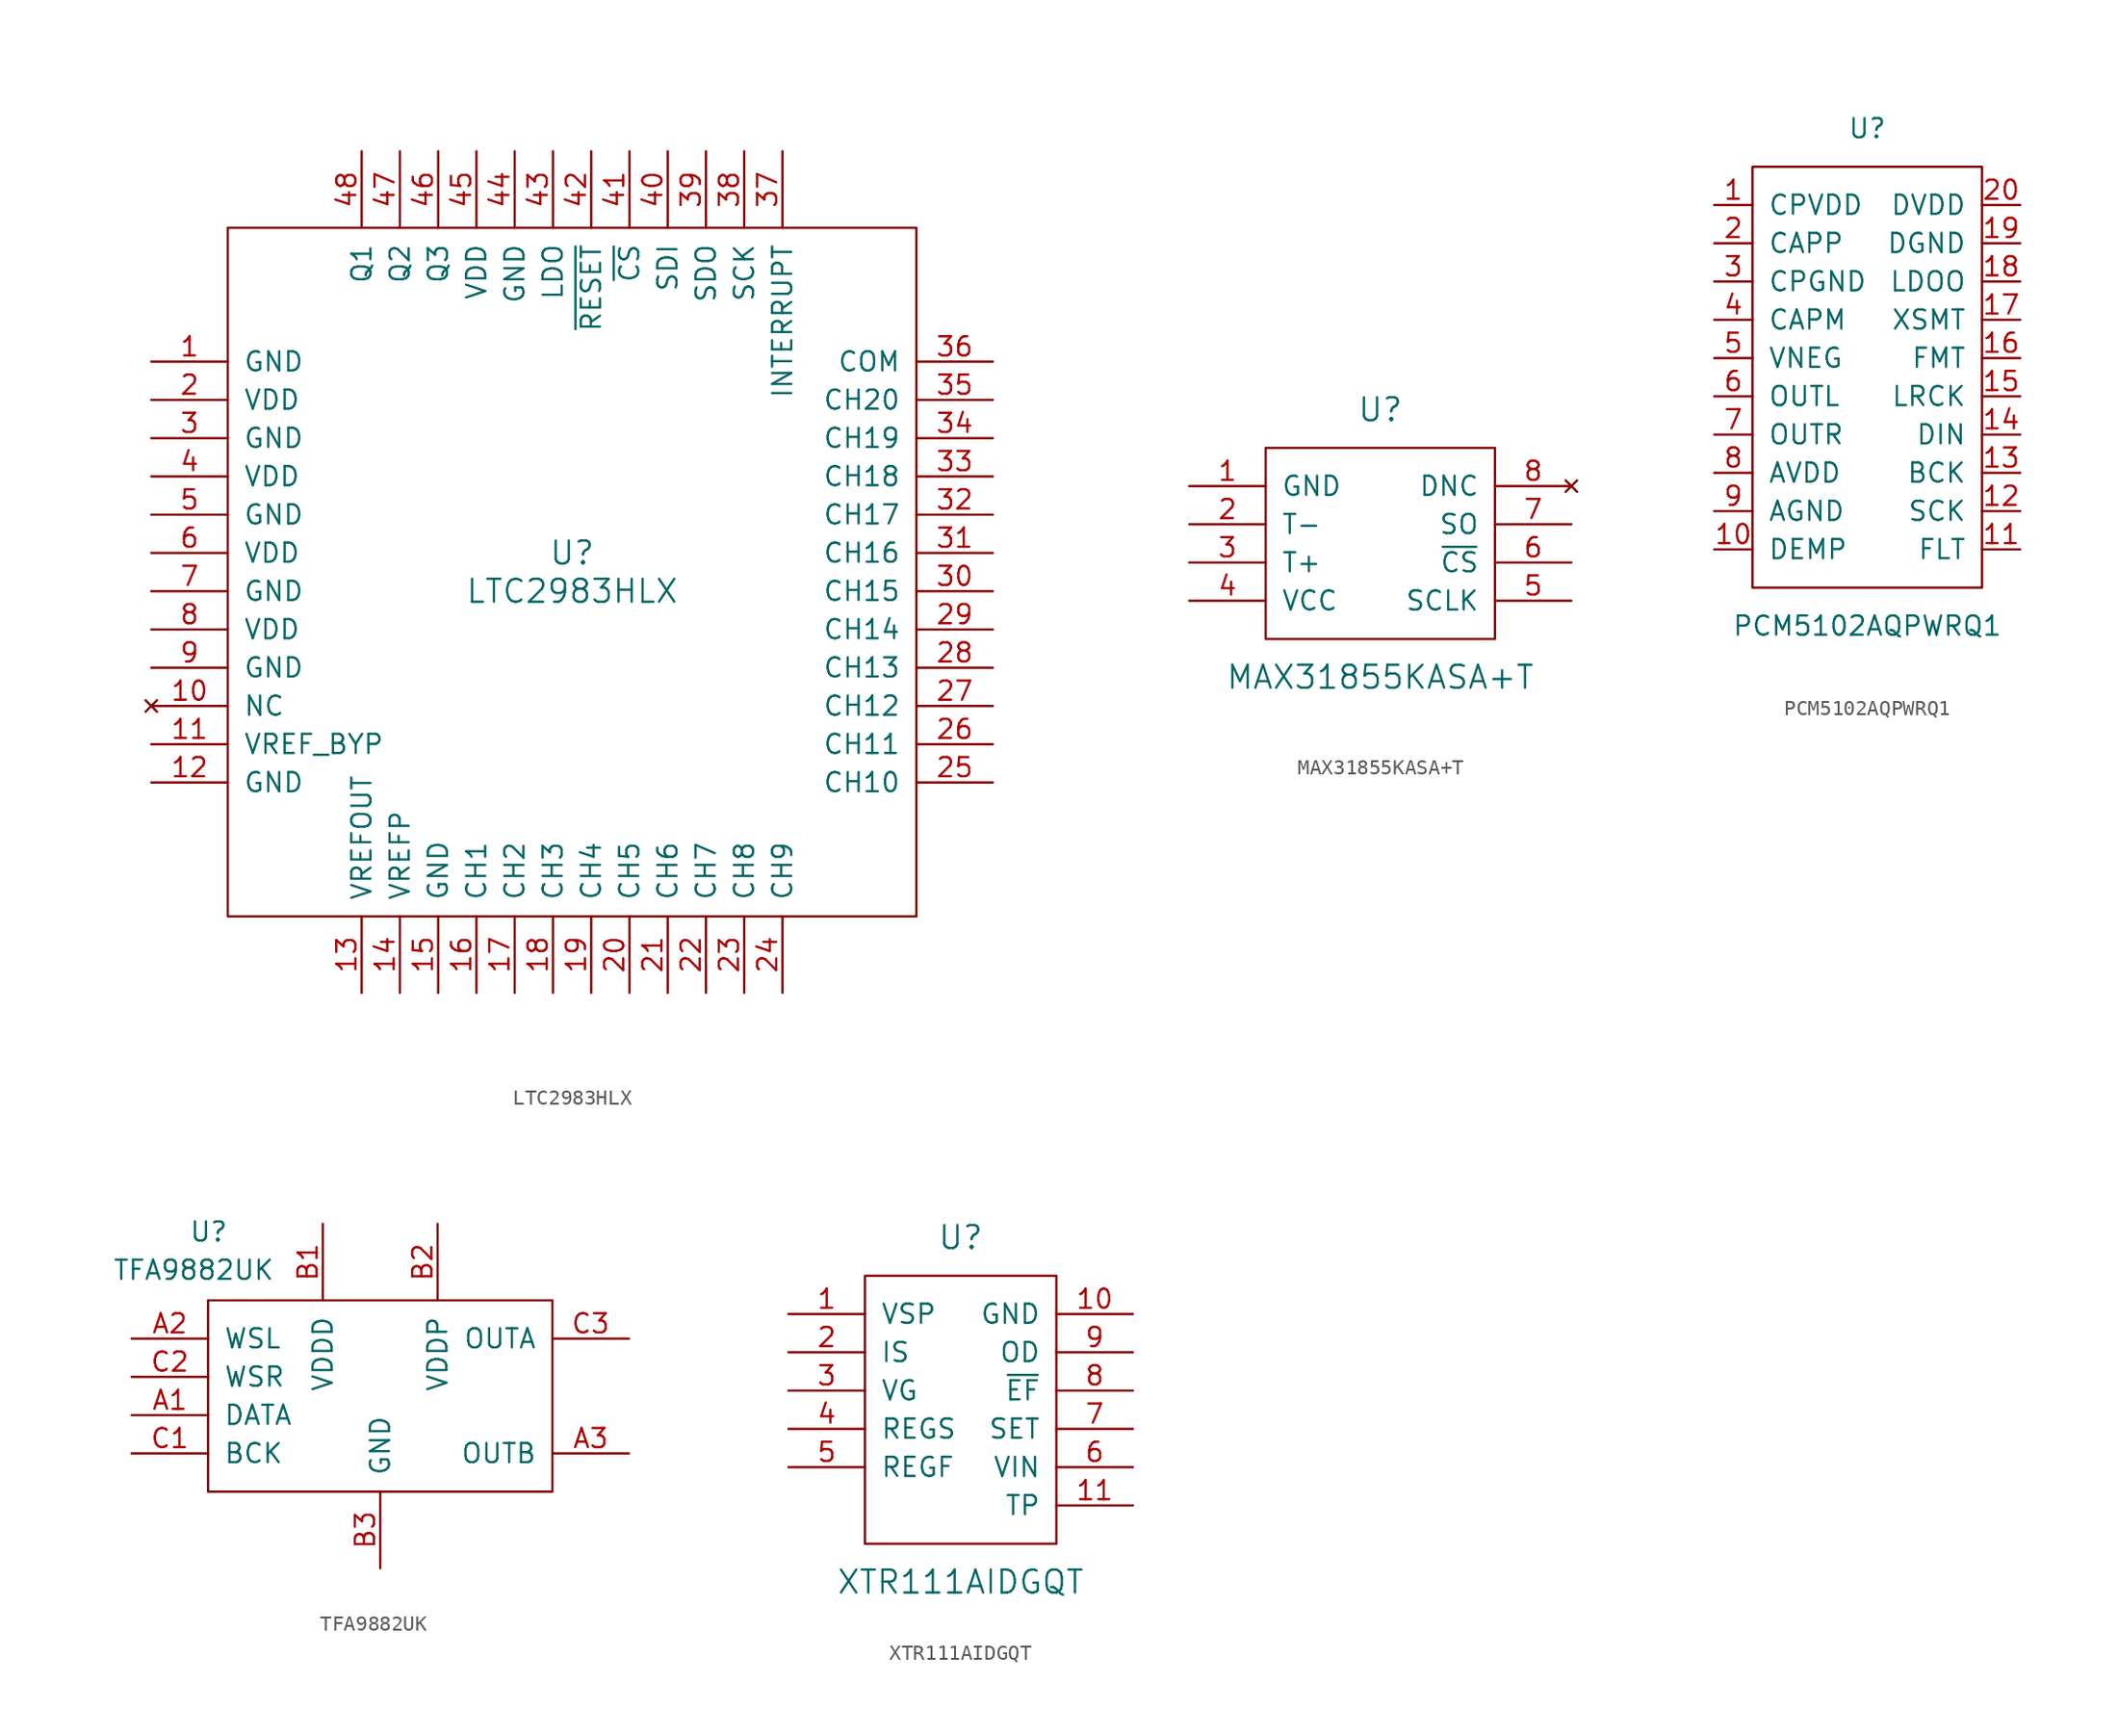
<source format=kicad_sym>
(kicad_symbol_lib
  (version 20201005)
  (generator kicad_symbol_editor)
  (symbol "LTC2983HLX"
    (pin_names
      (offset 1.016))
    (property "Reference" "U"
      (at 0 1.27 0)
      (effects (font (size 1.524 1.524))))
    (property "Value" "LTC2983HLX"
      (at 0 -1.27 0)
      (effects (font (size 1.524 1.524))))
    (symbol "LTC2983HLX_0_1"
      (rectangle (start -22.86 22.86) (end 22.86 -22.86) (stroke (width 0)) (fill (type none))))
    (symbol "LTC2983HLX_1_1"
      (pin power_in line (at -27.94 13.97 0) (length 5.08) (name "GND" (effects (font (size 1.27 1.27)))) (number "1" (effects (font (size 1.27 1.27)))))
      (pin unconnected line (at -27.94 -8.89 0) (length 5.08) (name "NC" (effects (font (size 1.27 1.27)))) (number "10" (effects (font (size 1.27 1.27)))))
      (pin power_out line (at -27.94 -11.43 0) (length 5.08) (name "VREF_BYP" (effects (font (size 1.27 1.27)))) (number "11" (effects (font (size 1.27 1.27)))))
      (pin power_in line (at -27.94 -13.97 0) (length 5.08) (name "GND" (effects (font (size 1.27 1.27)))) (number "12" (effects (font (size 1.27 1.27)))))
      (pin output line (at -13.97 -27.94 90) (length 5.08) (name "VREFOUT" (effects (font (size 1.27 1.27)))) (number "13" (effects (font (size 1.27 1.27)))))
      (pin output line (at -11.43 -27.94 90) (length 5.08) (name "VREFP" (effects (font (size 1.27 1.27)))) (number "14" (effects (font (size 1.27 1.27)))))
      (pin power_in line (at -8.89 -27.94 90) (length 5.08) (name "GND" (effects (font (size 1.27 1.27)))) (number "15" (effects (font (size 1.27 1.27)))))
      (pin input line (at -6.35 -27.94 90) (length 5.08) (name "CH1" (effects (font (size 1.27 1.27)))) (number "16" (effects (font (size 1.27 1.27)))))
      (pin input line (at -3.81 -27.94 90) (length 5.08) (name "CH2" (effects (font (size 1.27 1.27)))) (number "17" (effects (font (size 1.27 1.27)))))
      (pin input line (at -1.27 -27.94 90) (length 5.08) (name "CH3" (effects (font (size 1.27 1.27)))) (number "18" (effects (font (size 1.27 1.27)))))
      (pin input line (at 1.27 -27.94 90) (length 5.08) (name "CH4" (effects (font (size 1.27 1.27)))) (number "19" (effects (font (size 1.27 1.27)))))
      (pin power_in line (at -27.94 11.43 0) (length 5.08) (name "VDD" (effects (font (size 1.27 1.27)))) (number "2" (effects (font (size 1.27 1.27)))))
      (pin input line (at 3.81 -27.94 90) (length 5.08) (name "CH5" (effects (font (size 1.27 1.27)))) (number "20" (effects (font (size 1.27 1.27)))))
      (pin input line (at 6.35 -27.94 90) (length 5.08) (name "CH6" (effects (font (size 1.27 1.27)))) (number "21" (effects (font (size 1.27 1.27)))))
      (pin input line (at 8.89 -27.94 90) (length 5.08) (name "CH7" (effects (font (size 1.27 1.27)))) (number "22" (effects (font (size 1.27 1.27)))))
      (pin input line (at 11.43 -27.94 90) (length 5.08) (name "CH8" (effects (font (size 1.27 1.27)))) (number "23" (effects (font (size 1.27 1.27)))))
      (pin input line (at 13.97 -27.94 90) (length 5.08) (name "CH9" (effects (font (size 1.27 1.27)))) (number "24" (effects (font (size 1.27 1.27)))))
      (pin input line (at 27.94 -13.97 180) (length 5.08) (name "CH10" (effects (font (size 1.27 1.27)))) (number "25" (effects (font (size 1.27 1.27)))))
      (pin input line (at 27.94 -11.43 180) (length 5.08) (name "CH11" (effects (font (size 1.27 1.27)))) (number "26" (effects (font (size 1.27 1.27)))))
      (pin input line (at 27.94 -8.89 180) (length 5.08) (name "CH12" (effects (font (size 1.27 1.27)))) (number "27" (effects (font (size 1.27 1.27)))))
      (pin input line (at 27.94 -6.35 180) (length 5.08) (name "CH13" (effects (font (size 1.27 1.27)))) (number "28" (effects (font (size 1.27 1.27)))))
      (pin input line (at 27.94 -3.81 180) (length 5.08) (name "CH14" (effects (font (size 1.27 1.27)))) (number "29" (effects (font (size 1.27 1.27)))))
      (pin power_in line (at -27.94 8.89 0) (length 5.08) (name "GND" (effects (font (size 1.27 1.27)))) (number "3" (effects (font (size 1.27 1.27)))))
      (pin input line (at 27.94 -1.27 180) (length 5.08) (name "CH15" (effects (font (size 1.27 1.27)))) (number "30" (effects (font (size 1.27 1.27)))))
      (pin input line (at 27.94 1.27 180) (length 5.08) (name "CH16" (effects (font (size 1.27 1.27)))) (number "31" (effects (font (size 1.27 1.27)))))
      (pin input line (at 27.94 3.81 180) (length 5.08) (name "CH17" (effects (font (size 1.27 1.27)))) (number "32" (effects (font (size 1.27 1.27)))))
      (pin input line (at 27.94 6.35 180) (length 5.08) (name "CH18" (effects (font (size 1.27 1.27)))) (number "33" (effects (font (size 1.27 1.27)))))
      (pin input line (at 27.94 8.89 180) (length 5.08) (name "CH19" (effects (font (size 1.27 1.27)))) (number "34" (effects (font (size 1.27 1.27)))))
      (pin input line (at 27.94 11.43 180) (length 5.08) (name "CH20" (effects (font (size 1.27 1.27)))) (number "35" (effects (font (size 1.27 1.27)))))
      (pin input line (at 27.94 13.97 180) (length 5.08) (name "COM" (effects (font (size 1.27 1.27)))) (number "36" (effects (font (size 1.27 1.27)))))
      (pin output line (at 13.97 27.94 270) (length 5.08) (name "INTERRUPT" (effects (font (size 1.27 1.27)))) (number "37" (effects (font (size 1.27 1.27)))))
      (pin input line (at 11.43 27.94 270) (length 5.08) (name "SCK" (effects (font (size 1.27 1.27)))) (number "38" (effects (font (size 1.27 1.27)))))
      (pin output line (at 8.89 27.94 270) (length 5.08) (name "SDO" (effects (font (size 1.27 1.27)))) (number "39" (effects (font (size 1.27 1.27)))))
      (pin power_in line (at -27.94 6.35 0) (length 5.08) (name "VDD" (effects (font (size 1.27 1.27)))) (number "4" (effects (font (size 1.27 1.27)))))
      (pin input line (at 6.35 27.94 270) (length 5.08) (name "SDI" (effects (font (size 1.27 1.27)))) (number "40" (effects (font (size 1.27 1.27)))))
      (pin input line (at 3.81 27.94 270) (length 5.08) (name "~CS" (effects (font (size 1.27 1.27)))) (number "41" (effects (font (size 1.27 1.27)))))
      (pin input line (at 1.27 27.94 270) (length 5.08) (name "~RESET" (effects (font (size 1.27 1.27)))) (number "42" (effects (font (size 1.27 1.27)))))
      (pin output line (at -1.27 27.94 270) (length 5.08) (name "LDO" (effects (font (size 1.27 1.27)))) (number "43" (effects (font (size 1.27 1.27)))))
      (pin power_in line (at -3.81 27.94 270) (length 5.08) (name "GND" (effects (font (size 1.27 1.27)))) (number "44" (effects (font (size 1.27 1.27)))))
      (pin power_in line (at -6.35 27.94 270) (length 5.08) (name "VDD" (effects (font (size 1.27 1.27)))) (number "45" (effects (font (size 1.27 1.27)))))
      (pin output line (at -8.89 27.94 270) (length 5.08) (name "Q3" (effects (font (size 1.27 1.27)))) (number "46" (effects (font (size 1.27 1.27)))))
      (pin output line (at -11.43 27.94 270) (length 5.08) (name "Q2" (effects (font (size 1.27 1.27)))) (number "47" (effects (font (size 1.27 1.27)))))
      (pin output line (at -13.97 27.94 270) (length 5.08) (name "Q1" (effects (font (size 1.27 1.27)))) (number "48" (effects (font (size 1.27 1.27)))))
      (pin power_in line (at -27.94 3.81 0) (length 5.08) (name "GND" (effects (font (size 1.27 1.27)))) (number "5" (effects (font (size 1.27 1.27)))))
      (pin power_in line (at -27.94 1.27 0) (length 5.08) (name "VDD" (effects (font (size 1.27 1.27)))) (number "6" (effects (font (size 1.27 1.27)))))
      (pin power_in line (at -27.94 -1.27 0) (length 5.08) (name "GND" (effects (font (size 1.27 1.27)))) (number "7" (effects (font (size 1.27 1.27)))))
      (pin power_in line (at -27.94 -3.81 0) (length 5.08) (name "VDD" (effects (font (size 1.27 1.27)))) (number "8" (effects (font (size 1.27 1.27)))))
      (pin power_in line (at -27.94 -6.35 0) (length 5.08) (name "GND" (effects (font (size 1.27 1.27)))) (number "9" (effects (font (size 1.27 1.27)))))))
  (symbol "MAX31855KASA+T"
    (pin_names
      (offset 1.016))
    (property "Reference" "U"
      (at 0 8.89 0)
      (effects (font (size 1.524 1.524))))
    (property "Value" "MAX31855KASA+T"
      (at 0 -8.89 0)
      (effects (font (size 1.524 1.524))))
    (property "Footprint" ""
      (at -3.81 27.94 0)
      (effects (font (size 1.524 1.524))))
    (symbol "MAX31855KASA+T_0_1"
      (rectangle (start -7.62 6.35) (end 7.62 -6.35) (stroke (width 0)) (fill (type none))))
    (symbol "MAX31855KASA+T_1_1"
      (pin power_in line (at -12.7 3.81 0) (length 5.08) (name "GND" (effects (font (size 1.27 1.27)))) (number "1" (effects (font (size 1.27 1.27)))))
      (pin input line (at -12.7 1.27 0) (length 5.08) (name "T-" (effects (font (size 1.27 1.27)))) (number "2" (effects (font (size 1.27 1.27)))))
      (pin input line (at -12.7 -1.27 0) (length 5.08) (name "T+" (effects (font (size 1.27 1.27)))) (number "3" (effects (font (size 1.27 1.27)))))
      (pin power_in line (at -12.7 -3.81 0) (length 5.08) (name "VCC" (effects (font (size 1.27 1.27)))) (number "4" (effects (font (size 1.27 1.27)))))
      (pin input line (at 12.7 -3.81 180) (length 5.08) (name "SCLK" (effects (font (size 1.27 1.27)))) (number "5" (effects (font (size 1.27 1.27)))))
      (pin input line (at 12.7 -1.27 180) (length 5.08) (name "~CS" (effects (font (size 1.27 1.27)))) (number "6" (effects (font (size 1.27 1.27)))))
      (pin output line (at 12.7 1.27 180) (length 5.08) (name "SO" (effects (font (size 1.27 1.27)))) (number "7" (effects (font (size 1.27 1.27)))))
      (pin unconnected line (at 12.7 3.81 180) (length 5.08) (name "DNC" (effects (font (size 1.27 1.27)))) (number "8" (effects (font (size 1.27 1.27)))))))
  (symbol "PCM5102AQPWRQ1"
    (pin_names
      (offset 1.016))
    (property "Reference" "U"
      (at 0 16.51 0)
      (effects (font (size 1.27 1.27))))
    (property "Value" "PCM5102AQPWRQ1"
      (at 0 -16.51 0)
      (effects (font (size 1.27 1.27))))
    (symbol "PCM5102AQPWRQ1_0_1"
      (rectangle (start -7.62 13.97) (end 7.62 -13.97) (stroke (width 0)) (fill (type none))))
    (symbol "PCM5102AQPWRQ1_1_1"
      (pin power_in line (at -10.16 11.43 0) (length 2.54) (name "CPVDD" (effects (font (size 1.27 1.27)))) (number "1" (effects (font (size 1.27 1.27)))))
      (pin input line (at -10.16 -11.43 0) (length 2.54) (name "DEMP" (effects (font (size 1.27 1.27)))) (number "10" (effects (font (size 1.27 1.27)))))
      (pin input line (at 10.16 -11.43 180) (length 2.54) (name "FLT" (effects (font (size 1.27 1.27)))) (number "11" (effects (font (size 1.27 1.27)))))
      (pin input line (at 10.16 -8.89 180) (length 2.54) (name "SCK" (effects (font (size 1.27 1.27)))) (number "12" (effects (font (size 1.27 1.27)))))
      (pin input line (at 10.16 -6.35 180) (length 2.54) (name "BCK" (effects (font (size 1.27 1.27)))) (number "13" (effects (font (size 1.27 1.27)))))
      (pin input line (at 10.16 -3.81 180) (length 2.54) (name "DIN" (effects (font (size 1.27 1.27)))) (number "14" (effects (font (size 1.27 1.27)))))
      (pin input line (at 10.16 -1.27 180) (length 2.54) (name "LRCK" (effects (font (size 1.27 1.27)))) (number "15" (effects (font (size 1.27 1.27)))))
      (pin input line (at 10.16 1.27 180) (length 2.54) (name "FMT" (effects (font (size 1.27 1.27)))) (number "16" (effects (font (size 1.27 1.27)))))
      (pin input line (at 10.16 3.81 180) (length 2.54) (name "XSMT" (effects (font (size 1.27 1.27)))) (number "17" (effects (font (size 1.27 1.27)))))
      (pin power_out line (at 10.16 6.35 180) (length 2.54) (name "LDOO" (effects (font (size 1.27 1.27)))) (number "18" (effects (font (size 1.27 1.27)))))
      (pin power_in line (at 10.16 8.89 180) (length 2.54) (name "DGND" (effects (font (size 1.27 1.27)))) (number "19" (effects (font (size 1.27 1.27)))))
      (pin output line (at -10.16 8.89 0) (length 2.54) (name "CAPP" (effects (font (size 1.27 1.27)))) (number "2" (effects (font (size 1.27 1.27)))))
      (pin power_in line (at 10.16 11.43 180) (length 2.54) (name "DVDD" (effects (font (size 1.27 1.27)))) (number "20" (effects (font (size 1.27 1.27)))))
      (pin passive line (at -10.16 6.35 0) (length 2.54) (name "CPGND" (effects (font (size 1.27 1.27)))) (number "3" (effects (font (size 1.27 1.27)))))
      (pin output line (at -10.16 3.81 0) (length 2.54) (name "CAPM" (effects (font (size 1.27 1.27)))) (number "4" (effects (font (size 1.27 1.27)))))
      (pin output line (at -10.16 1.27 0) (length 2.54) (name "VNEG" (effects (font (size 1.27 1.27)))) (number "5" (effects (font (size 1.27 1.27)))))
      (pin output line (at -10.16 -1.27 0) (length 2.54) (name "OUTL" (effects (font (size 1.27 1.27)))) (number "6" (effects (font (size 1.27 1.27)))))
      (pin output line (at -10.16 -3.81 0) (length 2.54) (name "OUTR" (effects (font (size 1.27 1.27)))) (number "7" (effects (font (size 1.27 1.27)))))
      (pin power_in line (at -10.16 -6.35 0) (length 2.54) (name "AVDD" (effects (font (size 1.27 1.27)))) (number "8" (effects (font (size 1.27 1.27)))))
      (pin power_in line (at -10.16 -8.89 0) (length 2.54) (name "AGND" (effects (font (size 1.27 1.27)))) (number "9" (effects (font (size 1.27 1.27)))))))
  (symbol "TFA9882UK"
    (pin_names
      (offset 1.016))
    (property "Reference" "U"
      (at -12.7 10.16 0)
      (effects (font (size 1.27 1.27)) (justify left bottom)))
    (property "Value" "TFA9882UK"
      (at -17.78 7.62 0)
      (effects (font (size 1.27 1.27)) (justify left bottom)))
    (symbol "TFA9882UK_0_1"
      (rectangle (start -11.43 6.35) (end 11.43 -6.35) (stroke (width 0)) (fill (type none))))
    (symbol "TFA9882UK_1_1"
      (pin bidirectional line (at -16.51 -1.27 0) (length 5.08) (name "DATA" (effects (font (size 1.27 1.27)))) (number "A1" (effects (font (size 1.27 1.27)))))
      (pin input line (at -16.51 3.81 0) (length 5.08) (name "WSL" (effects (font (size 1.27 1.27)))) (number "A2" (effects (font (size 1.27 1.27)))))
      (pin output line (at 16.51 -3.81 180) (length 5.08) (name "OUTB" (effects (font (size 1.27 1.27)))) (number "A3" (effects (font (size 1.27 1.27)))))
      (pin power_in line (at -3.81 11.43 270) (length 5.08) (name "VDDD" (effects (font (size 1.27 1.27)))) (number "B1" (effects (font (size 1.27 1.27)))))
      (pin power_in line (at 3.81 11.43 270) (length 5.08) (name "VDDP" (effects (font (size 1.27 1.27)))) (number "B2" (effects (font (size 1.27 1.27)))))
      (pin power_in line (at 0 -11.43 90) (length 5.08) (name "GND" (effects (font (size 1.27 1.27)))) (number "B3" (effects (font (size 1.27 1.27)))))
      (pin bidirectional line (at -16.51 -3.81 0) (length 5.08) (name "BCK" (effects (font (size 1.27 1.27)))) (number "C1" (effects (font (size 1.27 1.27)))))
      (pin input line (at -16.51 1.27 0) (length 5.08) (name "WSR" (effects (font (size 1.27 1.27)))) (number "C2" (effects (font (size 1.27 1.27)))))
      (pin output line (at 16.51 3.81 180) (length 5.08) (name "OUTA" (effects (font (size 1.27 1.27)))) (number "C3" (effects (font (size 1.27 1.27)))))))
  (symbol "XTR111AIDGQT"
    (pin_names
      (offset 1.016))
    (property "Reference" "U"
      (at 0 11.43 0)
      (effects (font (size 1.524 1.524))))
    (property "Value" "XTR111AIDGQT"
      (at 0 -11.43 0)
      (effects (font (size 1.524 1.524))))
    (symbol "XTR111AIDGQT_0_1"
      (rectangle (start -6.35 8.89) (end 6.35 -8.89) (stroke (width 0)) (fill (type none))))
    (symbol "XTR111AIDGQT_1_1"
      (pin power_in line (at -11.43 6.35 0) (length 5.08) (name "VSP" (effects (font (size 1.27 1.27)))) (number "1" (effects (font (size 1.27 1.27)))))
      (pin power_in line (at 11.43 6.35 180) (length 5.08) (name "GND" (effects (font (size 1.27 1.27)))) (number "10" (effects (font (size 1.27 1.27)))))
      (pin power_in line (at 11.43 -6.35 180) (length 5.08) (name "TP" (effects (font (size 1.27 1.27)))) (number "11" (effects (font (size 1.27 1.27)))))
      (pin output line (at -11.43 3.81 0) (length 5.08) (name "IS" (effects (font (size 1.27 1.27)))) (number "2" (effects (font (size 1.27 1.27)))))
      (pin output line (at -11.43 1.27 0) (length 5.08) (name "VG" (effects (font (size 1.27 1.27)))) (number "3" (effects (font (size 1.27 1.27)))))
      (pin input line (at -11.43 -1.27 0) (length 5.08) (name "REGS" (effects (font (size 1.27 1.27)))) (number "4" (effects (font (size 1.27 1.27)))))
      (pin output line (at -11.43 -3.81 0) (length 5.08) (name "REGF" (effects (font (size 1.27 1.27)))) (number "5" (effects (font (size 1.27 1.27)))))
      (pin power_in line (at 11.43 -3.81 180) (length 5.08) (name "VIN" (effects (font (size 1.27 1.27)))) (number "6" (effects (font (size 1.27 1.27)))))
      (pin passive line (at 11.43 -1.27 180) (length 5.08) (name "SET" (effects (font (size 1.27 1.27)))) (number "7" (effects (font (size 1.27 1.27)))))
      (pin output line (at 11.43 1.27 180) (length 5.08) (name "~EF" (effects (font (size 1.27 1.27)))) (number "8" (effects (font (size 1.27 1.27)))))
      (pin input line (at 11.43 3.81 180) (length 5.08) (name "OD" (effects (font (size 1.27 1.27)))) (number "9" (effects (font (size 1.27 1.27))))))))
</source>
